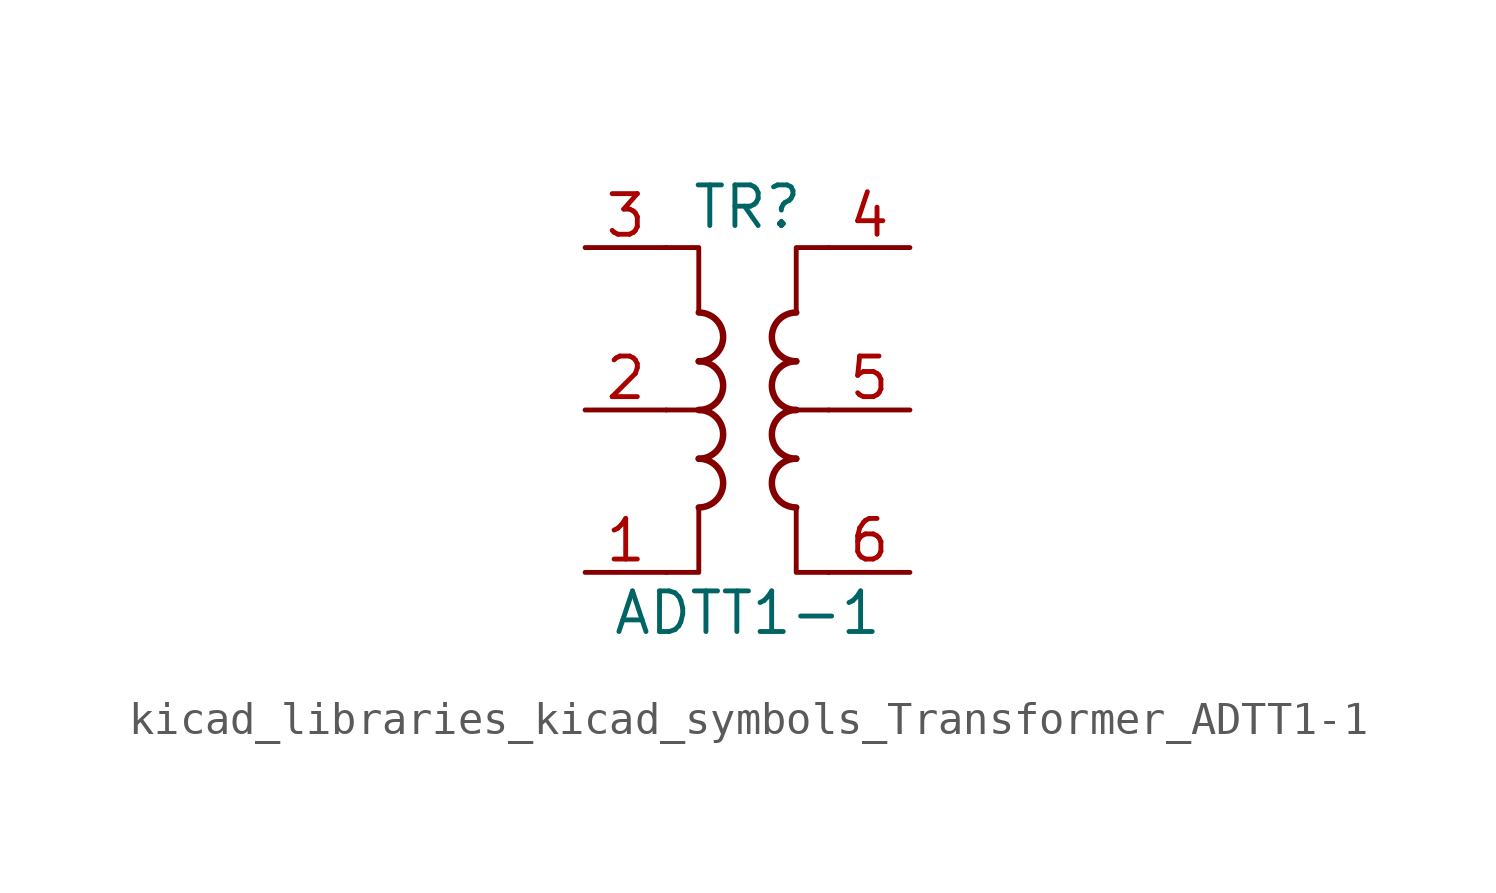
<source format=kicad_sym>
(kicad_symbol_lib
  (version 20220914)
  (generator kicad_symbol_editor)
  (symbol "kicad_libraries_kicad_symbols_Transformer_ADTT1-1"
    (pin_names hide)
    (property "Reference" "TR"
      (at 0 6.35 0)
      (effects (font (size 1.27 1.27))))
    (property "Value" "ADTT1-1"
      (at 0 -6.35 0)
      (effects (font (size 1.27 1.27))))
    (symbol "kicad_libraries_kicad_symbols_Transformer_ADTT1-1_0_1"
      (arc (start -1.524 -3.048) (mid -0.7653 -2.286) (end -1.524 -1.524) (stroke (width 0.2032) (type default)) (fill (type none)))
      (arc (start -1.524 -1.524) (mid -0.7653 -0.762) (end -1.524 0) (stroke (width 0.2032) (type default)) (fill (type none)))
      (arc (start -1.524 0) (mid -0.7653 0.762) (end -1.524 1.524) (stroke (width 0.2032) (type default)) (fill (type none)))
      (arc (start -1.524 1.524) (mid -0.7653 2.286) (end -1.524 3.048) (stroke (width 0.2032) (type default)) (fill (type none)))
      (polyline (pts (xy -2.54 0) (xy -1.27 0)) (stroke (width 0) (type default)) (fill (type none)))
      (polyline (pts (xy 2.54 0) (xy 1.27 0)) (stroke (width 0.152) (type default)) (fill (type none)))
      (polyline (pts (xy -2.54 5.08) (xy -1.524 5.08) (xy -1.524 3.048)) (stroke (width 0.152) (type default)) (fill (type none)))
      (polyline (pts (xy -1.524 -3.048) (xy -1.524 -5.08) (xy -2.54 -5.08)) (stroke (width 0.152) (type default)) (fill (type none)))
      (polyline (pts (xy 1.524 3.048) (xy 1.524 5.08) (xy 2.54 5.08)) (stroke (width 0.152) (type default)) (fill (type none)))
      (polyline (pts (xy 2.54 -5.08) (xy 1.524 -5.08) (xy 1.524 -3.048)) (stroke (width 0.152) (type default)) (fill (type none)))
      (arc (start 1.524 -1.524) (mid 0.7653 -2.286) (end 1.524 -3.048) (stroke (width 0.2032) (type default)) (fill (type none)))
      (arc (start 1.524 0) (mid 0.7653 -0.762) (end 1.524 -1.524) (stroke (width 0.2032) (type default)) (fill (type none)))
      (arc (start 1.524 1.524) (mid 0.7653 0.762) (end 1.524 0) (stroke (width 0.2032) (type default)) (fill (type none)))
      (arc (start 1.524 3.048) (mid 0.7653 2.286) (end 1.524 1.524) (stroke (width 0.2032) (type default)) (fill (type none))))
    (symbol "kicad_libraries_kicad_symbols_Transformer_ADTT1-1_1_1"
      (pin passive line (at -5.08 -5.08 0) (length 2.54) (name "~" (effects (font (size 1.27 1.27)))) (number "1" (effects (font (size 1.27 1.27)))))
      (pin passive line (at -5.08 0 0) (length 2.54) (name "~" (effects (font (size 1.27 1.27)))) (number "2" (effects (font (size 1.27 1.27)))))
      (pin passive line (at -5.08 5.08 0) (length 2.54) (name "~" (effects (font (size 1.27 1.27)))) (number "3" (effects (font (size 1.27 1.27)))))
      (pin passive line (at 5.08 5.08 180) (length 2.54) (name "~" (effects (font (size 1.27 1.27)))) (number "4" (effects (font (size 1.27 1.27)))))
      (pin passive line (at 5.08 0 180) (length 2.54) (name "~" (effects (font (size 1.27 1.27)))) (number "5" (effects (font (size 1.27 1.27)))))
      (pin passive line (at 5.08 -5.08 180) (length 2.54) (name "~" (effects (font (size 1.27 1.27)))) (number "6" (effects (font (size 1.27 1.27))))))))
</source>
